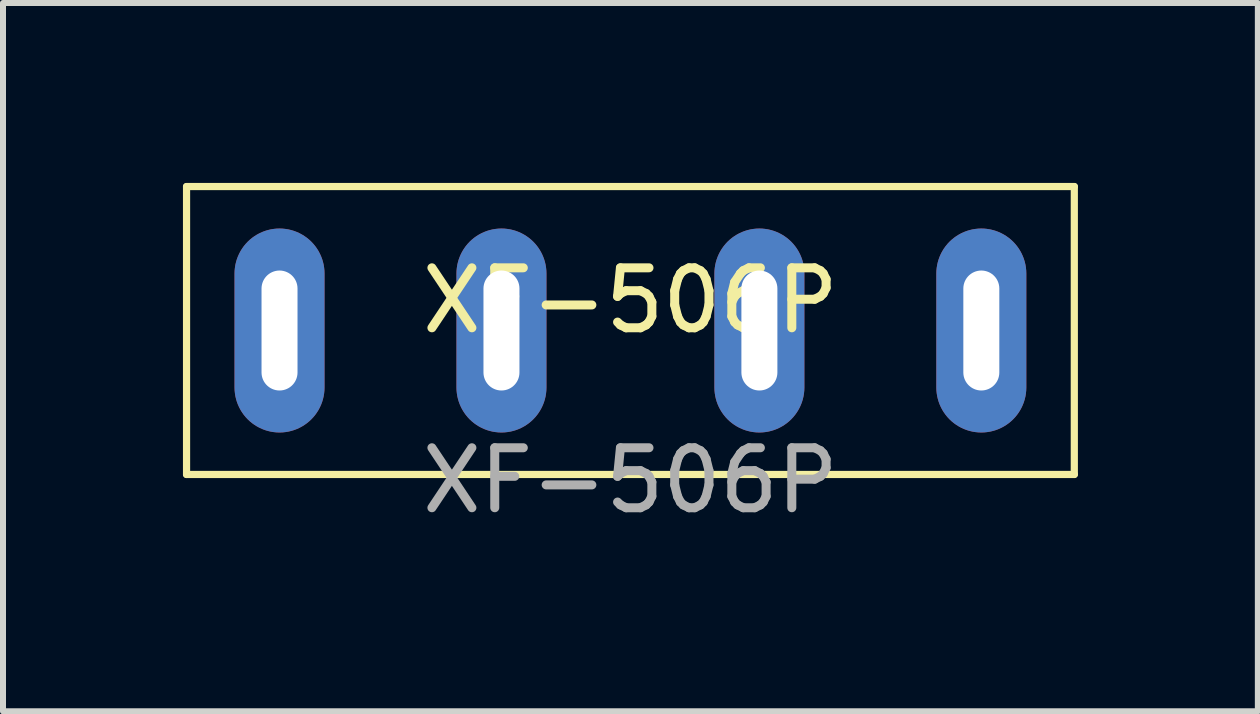
<source format=kicad_pcb>
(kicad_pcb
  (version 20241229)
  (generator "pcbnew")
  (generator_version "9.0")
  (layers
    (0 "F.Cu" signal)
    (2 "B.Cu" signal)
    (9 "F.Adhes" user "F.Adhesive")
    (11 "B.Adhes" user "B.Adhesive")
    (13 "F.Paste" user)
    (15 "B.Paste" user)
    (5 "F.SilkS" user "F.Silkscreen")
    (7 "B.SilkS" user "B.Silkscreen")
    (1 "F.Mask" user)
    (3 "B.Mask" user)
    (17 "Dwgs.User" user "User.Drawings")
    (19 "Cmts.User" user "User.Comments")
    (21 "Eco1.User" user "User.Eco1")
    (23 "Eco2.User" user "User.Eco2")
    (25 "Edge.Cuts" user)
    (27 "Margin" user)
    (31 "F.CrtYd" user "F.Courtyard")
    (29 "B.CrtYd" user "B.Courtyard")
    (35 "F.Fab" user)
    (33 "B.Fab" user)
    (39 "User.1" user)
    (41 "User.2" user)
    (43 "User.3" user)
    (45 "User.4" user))
  (footprint "XF-506P"
    (layer "F.Cu")
    (at 7.46 2.46)
    (property "Reference" "XF-506P" (at 0 -0.5 0) (unlocked yes) (layer "F.SilkS") (effects (font (size 1 1) (thickness 0.15))))
    (attr through_hole)
    (fp_line (start -7.4 -2.4) (end 7.4 -2.4) (stroke (width 0.12) (type solid)) (layer "F.SilkS"))
    (fp_line (start -7.4 2.4) (end -7.4 -2.4) (stroke (width 0.12) (type solid)) (layer "F.SilkS"))
    (fp_line (start 7.4 -2.4) (end 7.4 2.4) (stroke (width 0.12) (type solid)) (layer "F.SilkS"))
    (fp_line (start 7.4 2.4) (end -7.4 2.4) (stroke (width 0.12) (type solid)) (layer "F.SilkS"))
    (fp_text user "${REFERENCE}" (at 0 2.5 0) (unlocked yes) (layer "F.Fab") (effects (font (size 1 1) (thickness 0.15))))
    (pad "1" thru_hole oval (at -5.85 0) (size 1.5 3.4) (drill oval 0.6 2) (layers "*.Cu" "*.Mask"))
    (pad "1" thru_hole oval (at -2.15 0) (size 1.5 3.4) (drill oval 0.6 2) (layers "*.Cu" "*.Mask"))
    (pad "2" thru_hole oval (at 2.15 0) (size 1.5 3.4) (drill oval 0.6 2) (layers "*.Cu" "*.Mask"))
    (pad "2" thru_hole oval (at 5.85 0) (size 1.5 3.4) (drill oval 0.6 2) (layers "*.Cu" "*.Mask")))
  (gr_rect
    (start -3 -3)
    (end 17.92 8.808)
    (stroke (width 0.1) (type default))
    (fill no)
    (layer "Edge.Cuts")))
</source>
